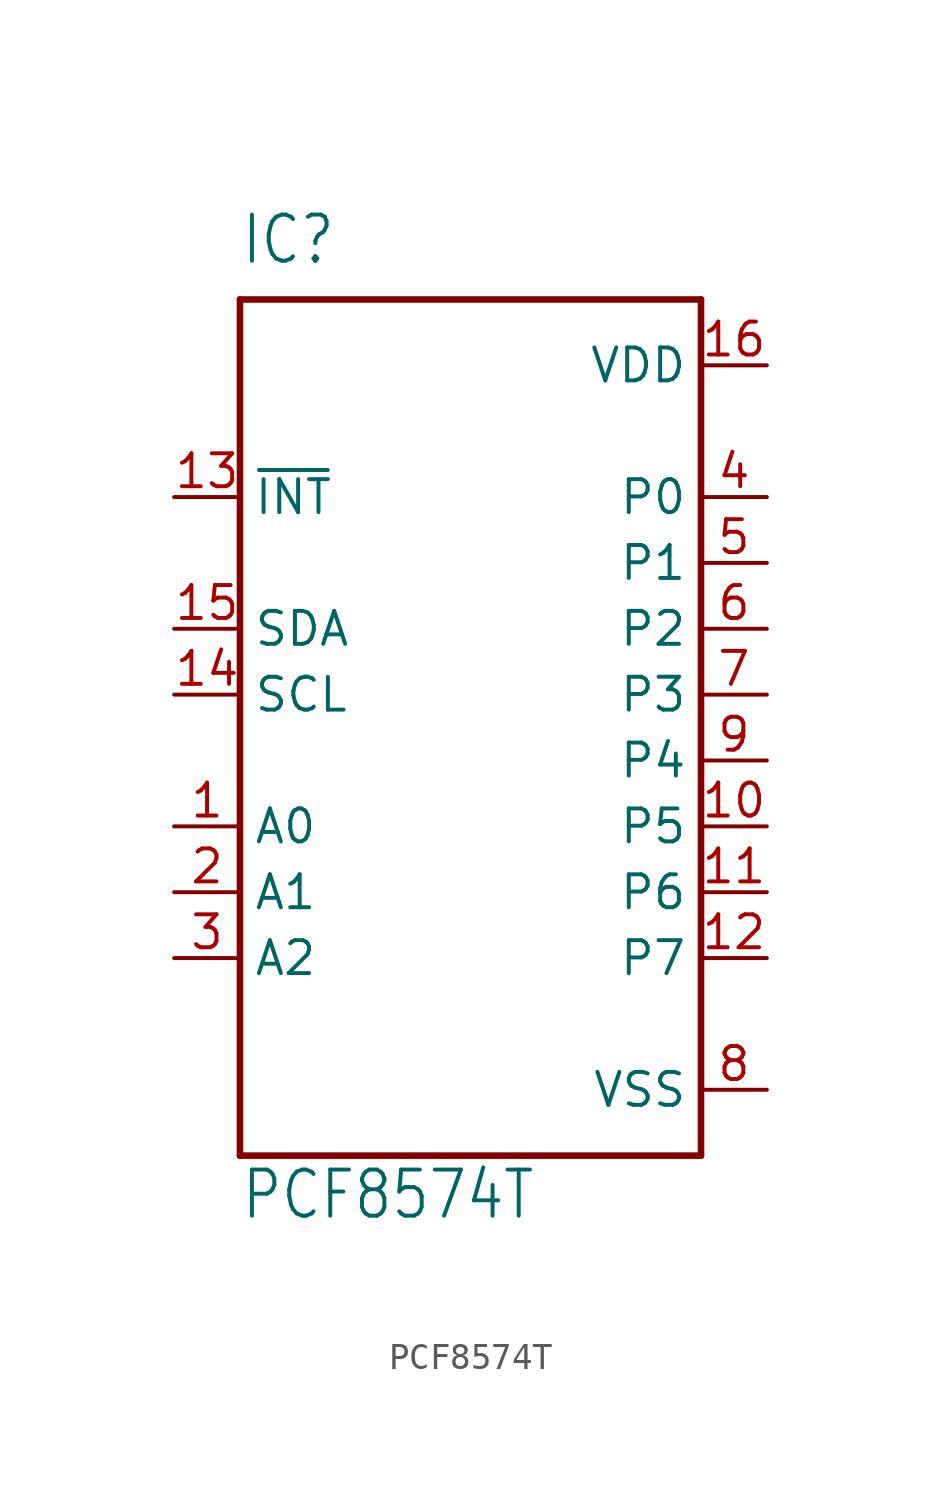
<source format=kicad_sym>
(kicad_symbol_lib
  (version 20211014)
  (generator kicad_symbol_editor)
  (symbol "PCF8574T"
    (property "Reference" "IC"
      (at -7.62 16.51 0)
      (effects (font (size 1.778 1.511)) (justify left bottom)))
    (property "Value" "PCF8574T"
      (at -7.62 -20.32 0)
      (effects (font (size 1.778 1.511)) (justify left bottom)))
    (property "ki_locked" ""
      (at 0 0 0)
      (effects (font (size 1.27 1.27))))
    (symbol "PCF8574T_1_0"
      (polyline (pts (xy -7.62 -17.78) (xy -7.62 15.24)) (stroke (width 0.254) (type default) (color 0 0 0 0)) (fill (type none)))
      (polyline (pts (xy -7.62 15.24) (xy 10.16 15.24)) (stroke (width 0.254) (type default) (color 0 0 0 0)) (fill (type none)))
      (polyline (pts (xy 10.16 -17.78) (xy -7.62 -17.78)) (stroke (width 0.254) (type default) (color 0 0 0 0)) (fill (type none)))
      (polyline (pts (xy 10.16 15.24) (xy 10.16 -17.78)) (stroke (width 0.254) (type default) (color 0 0 0 0)) (fill (type none)))
      (pin input line (at -10.16 -5.08 0) (length 2.54) (name "A0" (effects (font (size 1.27 1.27)))) (number "1" (effects (font (size 1.27 1.27)))))
      (pin bidirectional line (at 12.7 -5.08 180) (length 2.54) (name "P5" (effects (font (size 1.27 1.27)))) (number "10" (effects (font (size 1.27 1.27)))))
      (pin bidirectional line (at 12.7 -7.62 180) (length 2.54) (name "P6" (effects (font (size 1.27 1.27)))) (number "11" (effects (font (size 1.27 1.27)))))
      (pin bidirectional line (at 12.7 -10.16 180) (length 2.54) (name "P7" (effects (font (size 1.27 1.27)))) (number "12" (effects (font (size 1.27 1.27)))))
      (pin output line (at -10.16 7.62 0) (length 2.54) (name "~{INT}" (effects (font (size 1.27 1.27)))) (number "13" (effects (font (size 1.27 1.27)))))
      (pin input line (at -10.16 0 0) (length 2.54) (name "SCL" (effects (font (size 1.27 1.27)))) (number "14" (effects (font (size 1.27 1.27)))))
      (pin bidirectional line (at -10.16 2.54 0) (length 2.54) (name "SDA" (effects (font (size 1.27 1.27)))) (number "15" (effects (font (size 1.27 1.27)))))
      (pin power_in line (at 12.7 12.7 180) (length 2.54) (name "VDD" (effects (font (size 1.27 1.27)))) (number "16" (effects (font (size 1.27 1.27)))))
      (pin input line (at -10.16 -7.62 0) (length 2.54) (name "A1" (effects (font (size 1.27 1.27)))) (number "2" (effects (font (size 1.27 1.27)))))
      (pin input line (at -10.16 -10.16 0) (length 2.54) (name "A2" (effects (font (size 1.27 1.27)))) (number "3" (effects (font (size 1.27 1.27)))))
      (pin bidirectional line (at 12.7 7.62 180) (length 2.54) (name "P0" (effects (font (size 1.27 1.27)))) (number "4" (effects (font (size 1.27 1.27)))))
      (pin bidirectional line (at 12.7 5.08 180) (length 2.54) (name "P1" (effects (font (size 1.27 1.27)))) (number "5" (effects (font (size 1.27 1.27)))))
      (pin bidirectional line (at 12.7 2.54 180) (length 2.54) (name "P2" (effects (font (size 1.27 1.27)))) (number "6" (effects (font (size 1.27 1.27)))))
      (pin bidirectional line (at 12.7 0 180) (length 2.54) (name "P3" (effects (font (size 1.27 1.27)))) (number "7" (effects (font (size 1.27 1.27)))))
      (pin power_in line (at 12.7 -15.24 180) (length 2.54) (name "VSS" (effects (font (size 1.27 1.27)))) (number "8" (effects (font (size 1.27 1.27)))))
      (pin bidirectional line (at 12.7 -2.54 180) (length 2.54) (name "P4" (effects (font (size 1.27 1.27)))) (number "9" (effects (font (size 1.27 1.27))))))))
</source>
